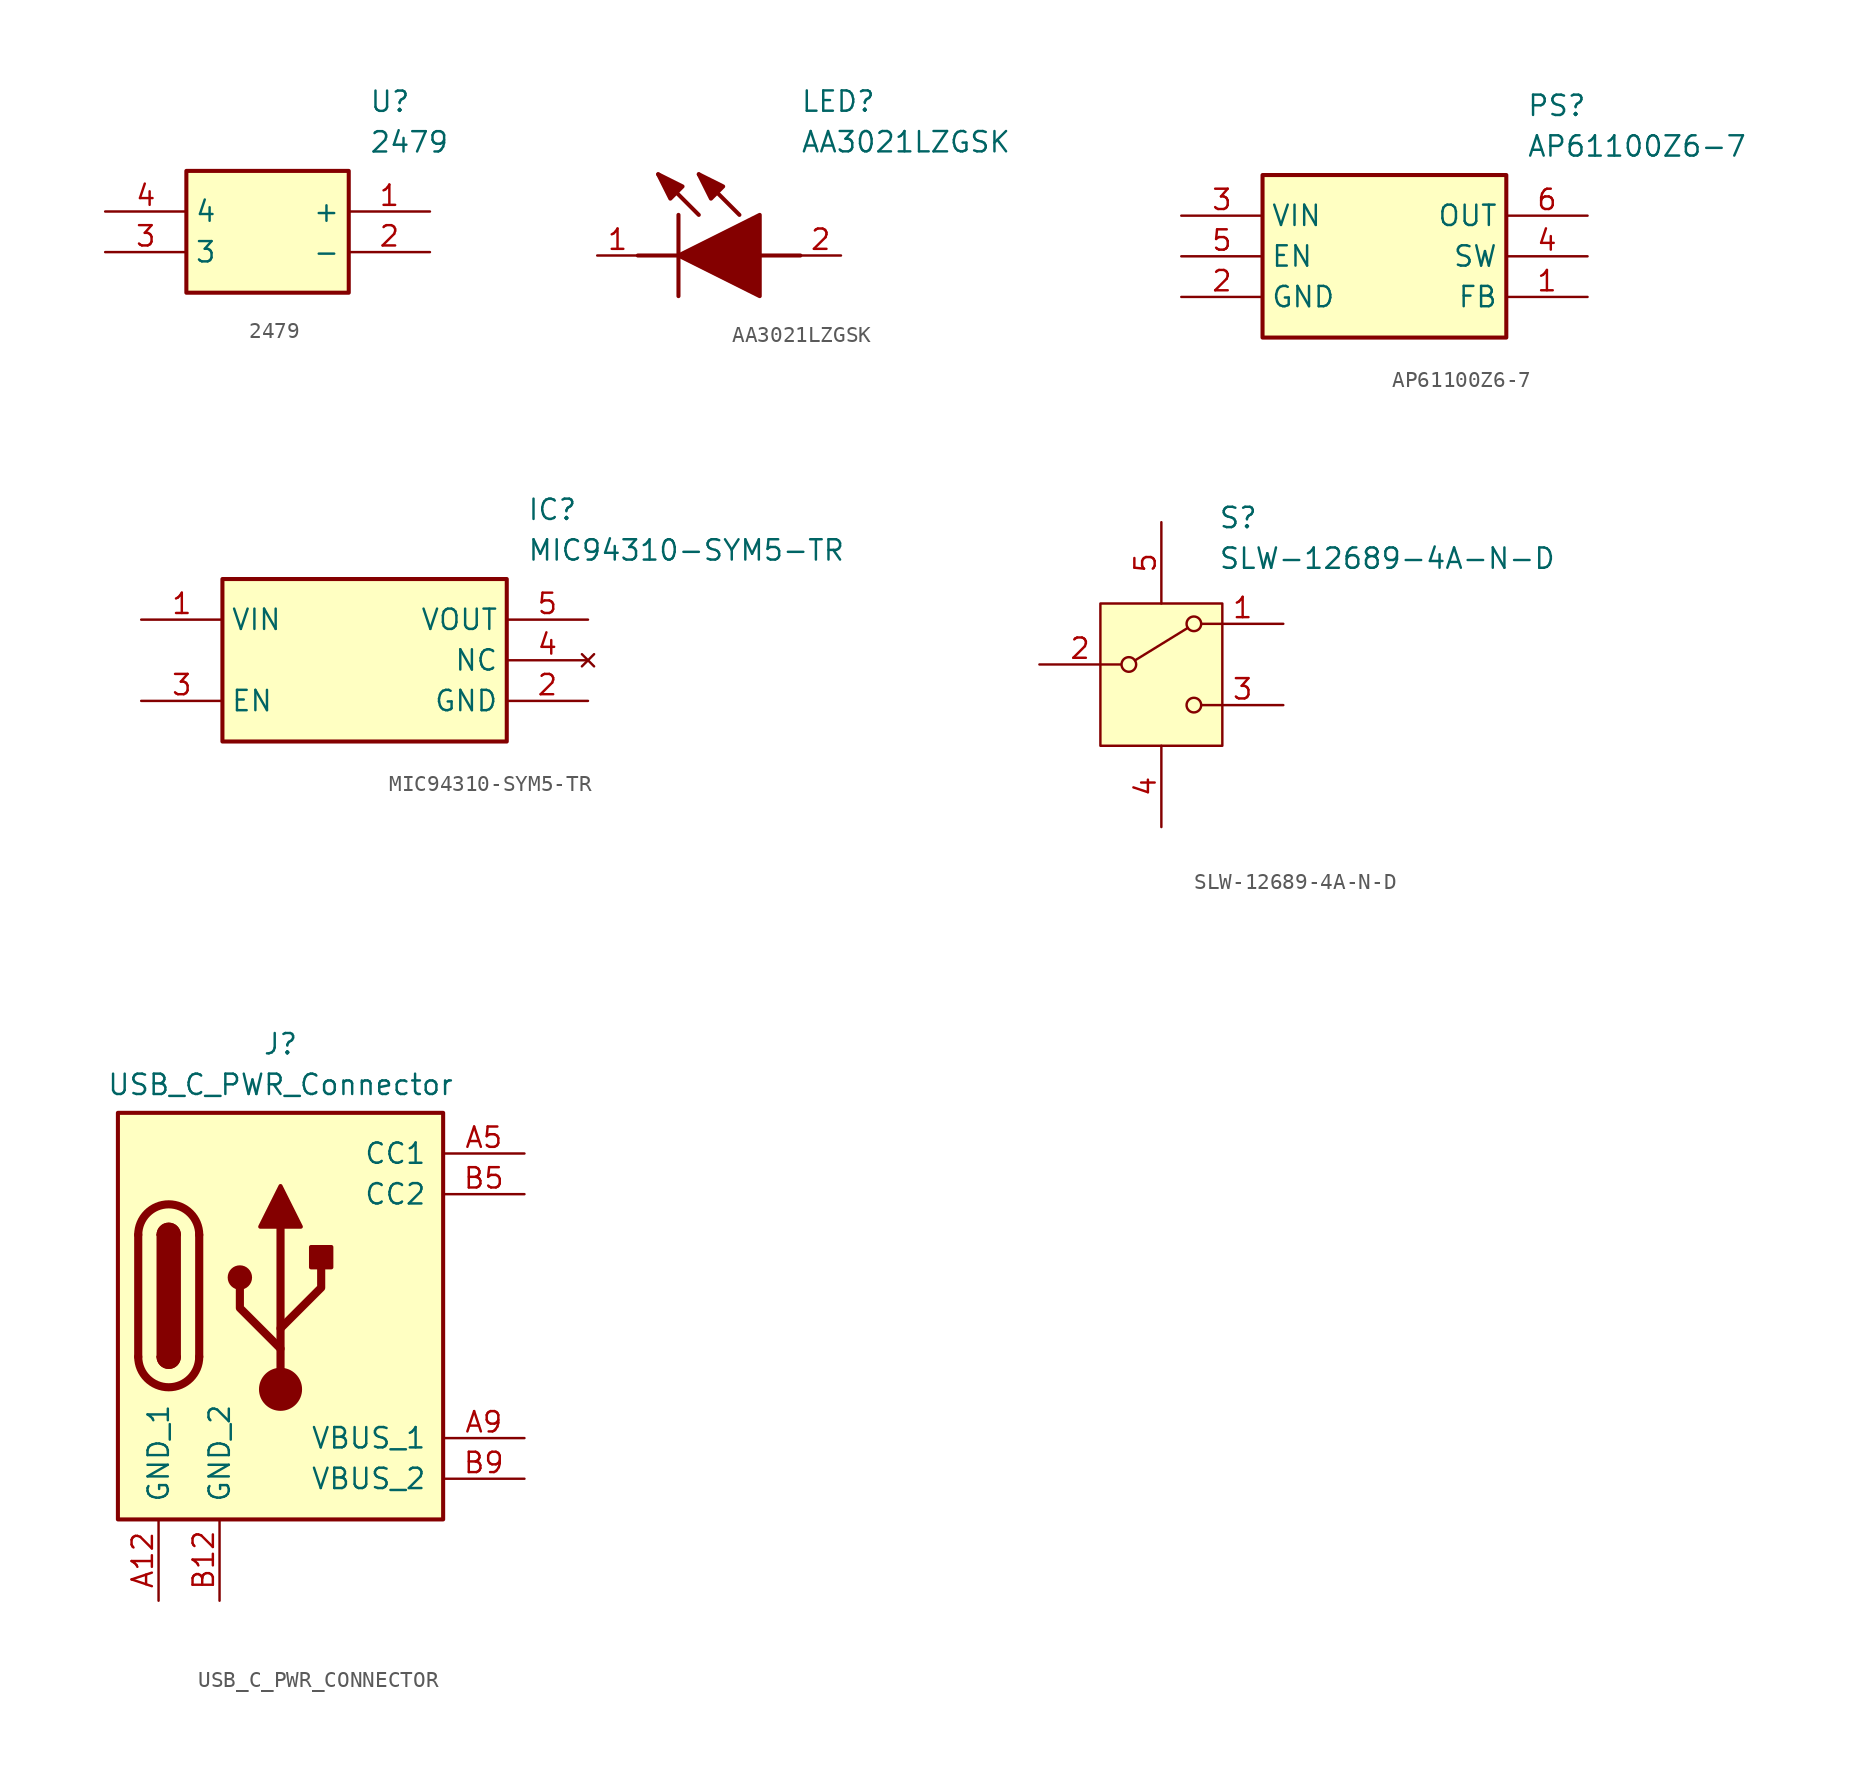
<source format=kicad_sym>
(kicad_symbol_lib
  (version 20241209)
  (generator "kicad_symbol_editor")
  (generator_version "9.0")
  (symbol "2479"
    (property "Reference" "U"
      (at 16.51 7.62 0)
      (effects (font (size 1.27 1.27)) (justify left top)))
    (property "Value" "2479"
      (at 16.51 5.08 0)
      (effects (font (size 1.27 1.27)) (justify left top)))
    (symbol "2479_1_1"
      (rectangle (start 5.08 2.54) (end 15.24 -5.08) (stroke (width 0.254) (type default)) (fill (type background)))
      (pin passive line (at 0 0 0) (length 5.08) (name "4" (effects (font (size 1.27 1.27)))) (number "4" (effects (font (size 1.27 1.27)))))
      (pin passive line (at 0 -2.54 0) (length 5.08) (name "3" (effects (font (size 1.27 1.27)))) (number "3" (effects (font (size 1.27 1.27)))))
      (pin passive line (at 20.32 0 180) (length 5.08) (name "+" (effects (font (size 1.27 1.27)))) (number "1" (effects (font (size 1.27 1.27)))))
      (pin passive line (at 20.32 -2.54 180) (length 5.08) (name "-" (effects (font (size 1.27 1.27)))) (number "2" (effects (font (size 1.27 1.27)))))))
  (symbol "AA3021LZGSK"
    (pin_names
      (hide yes))
    (property "Reference" "LED"
      (at 12.7 8.89 0)
      (effects (font (size 1.27 1.27)) (justify left bottom)))
    (property "Value" "AA3021LZGSK"
      (at 12.7 6.35 0)
      (effects (font (size 1.27 1.27)) (justify left bottom)))
    (symbol "AA3021LZGSK_1_1"
      (polyline (pts (xy 2.54 0) (xy 5.08 0)) (stroke (width 0.254) (type default)) (fill (type none)))
      (polyline (pts (xy 5.08 2.54) (xy 5.08 -2.54)) (stroke (width 0.254) (type default)) (fill (type none)))
      (polyline (pts (xy 5.08 0) (xy 10.16 2.54) (xy 10.16 -2.54) (xy 5.08 0)) (stroke (width 0.254) (type default)) (fill (type outline)))
      (polyline (pts (xy 5.334 4.318) (xy 4.572 3.556) (xy 3.81 5.08) (xy 5.334 4.318)) (stroke (width 0.254) (type default)) (fill (type outline)))
      (polyline (pts (xy 6.35 2.54) (xy 3.81 5.08)) (stroke (width 0.254) (type default)) (fill (type none)))
      (polyline (pts (xy 7.874 4.318) (xy 7.112 3.556) (xy 6.35 5.08) (xy 7.874 4.318)) (stroke (width 0.254) (type default)) (fill (type outline)))
      (polyline (pts (xy 8.89 2.54) (xy 6.35 5.08)) (stroke (width 0.254) (type default)) (fill (type none)))
      (polyline (pts (xy 10.16 0) (xy 12.7 0)) (stroke (width 0.254) (type default)) (fill (type none)))
      (pin passive line (at 0 0 0) (length 2.54) (name "K" (effects (font (size 1.27 1.27)))) (number "1" (effects (font (size 1.27 1.27)))))
      (pin passive line (at 15.24 0 180) (length 2.54) (name "A" (effects (font (size 1.27 1.27)))) (number "2" (effects (font (size 1.27 1.27)))))))
  (symbol "AP61100Z6-7"
    (property "Reference" "PS"
      (at 21.59 7.62 0)
      (effects (font (size 1.27 1.27)) (justify left top)))
    (property "Value" "AP61100Z6-7"
      (at 21.59 5.08 0)
      (effects (font (size 1.27 1.27)) (justify left top)))
    (symbol "AP61100Z6-7_1_1"
      (rectangle (start 5.08 2.54) (end 20.32 -7.62) (stroke (width 0.254) (type default)) (fill (type background)))
      (pin power_in line (at 0 0 0) (length 5.08) (name "VIN" (effects (font (size 1.27 1.27)))) (number "3" (effects (font (size 1.27 1.27)))))
      (pin input line (at 0 -2.54 0) (length 5.08) (name "EN" (effects (font (size 1.27 1.27)))) (number "5" (effects (font (size 1.27 1.27)))))
      (pin power_in line (at 0 -5.08 0) (length 5.08) (name "GND" (effects (font (size 1.27 1.27)))) (number "2" (effects (font (size 1.27 1.27)))))
      (pin power_in line (at 25.4 0 180) (length 5.08) (name "OUT" (effects (font (size 1.27 1.27)))) (number "6" (effects (font (size 1.27 1.27)))))
      (pin power_in line (at 25.4 -2.54 180) (length 5.08) (name "SW" (effects (font (size 1.27 1.27)))) (number "4" (effects (font (size 1.27 1.27)))))
      (pin input line (at 25.4 -5.08 180) (length 5.08) (name "FB" (effects (font (size 1.27 1.27)))) (number "1" (effects (font (size 1.27 1.27)))))))
  (symbol "MIC94310-SYM5-TR"
    (property "Reference" "IC"
      (at 24.13 7.62 0)
      (effects (font (size 1.27 1.27)) (justify left top)))
    (property "Value" "MIC94310-SYM5-TR"
      (at 24.13 5.08 0)
      (effects (font (size 1.27 1.27)) (justify left top)))
    (symbol "MIC94310-SYM5-TR_1_1"
      (rectangle (start 5.08 2.54) (end 22.86 -7.62) (stroke (width 0.254) (type default)) (fill (type background)))
      (pin passive line (at 0 0 0) (length 5.08) (name "VIN" (effects (font (size 1.27 1.27)))) (number "1" (effects (font (size 1.27 1.27)))))
      (pin passive line (at 0 -5.08 0) (length 5.08) (name "EN" (effects (font (size 1.27 1.27)))) (number "3" (effects (font (size 1.27 1.27)))))
      (pin passive line (at 27.94 0 180) (length 5.08) (name "VOUT" (effects (font (size 1.27 1.27)))) (number "5" (effects (font (size 1.27 1.27)))))
      (pin no_connect line (at 27.94 -2.54 180) (length 5.08) (name "NC" (effects (font (size 1.27 1.27)))) (number "4" (effects (font (size 1.27 1.27)))))
      (pin passive line (at 27.94 -5.08 180) (length 5.08) (name "GND" (effects (font (size 1.27 1.27)))) (number "2" (effects (font (size 1.27 1.27)))))))
  (symbol "SLW-12689-4A-N-D"
    (property "Reference" "S"
      (at 3.556 14.986 0)
      (effects (font (size 1.27 1.27)) (justify left top)))
    (property "Value" "SLW-12689-4A-N-D"
      (at 3.556 12.446 0)
      (effects (font (size 1.27 1.27)) (justify left top)))
    (symbol "SLW-12689-4A-N-D_0_1"
      (circle (center -2.032 5.08) (radius 0.457) (stroke (width 0) (type default)) (fill (type none)))
      (polyline (pts (xy -1.651 5.334) (xy 1.651 7.366)) (stroke (width 0) (type default)) (fill (type none)))
      (circle (center 2.032 7.62) (radius 0.457) (stroke (width 0) (type default)) (fill (type none)))
      (circle (center 2.032 2.54) (radius 0.457) (stroke (width 0) (type default)) (fill (type none))))
    (symbol "SLW-12689-4A-N-D_1_1"
      (rectangle (start -3.81 8.89) (end 3.81 0) (stroke (width 0) (type default)) (fill (type background)))
      (pin passive line (at -7.62 5.08 0) (length 5.08) (name "" (effects (font (size 1.27 1.27)))) (number "2" (effects (font (size 1.27 1.27)))))
      (pin passive line (at 0 13.97 270) (length 5.08) (name "" (effects (font (size 1.27 1.27)))) (number "5" (effects (font (size 1.27 1.27)))))
      (pin passive line (at 0 -5.08 90) (length 5.08) (name "" (effects (font (size 1.27 1.27)))) (number "4" (effects (font (size 1.27 1.27)))))
      (pin passive line (at 7.62 7.62 180) (length 5.08) (name "" (effects (font (size 1.27 1.27)))) (number "1" (effects (font (size 1.27 1.27)))))
      (pin passive line (at 7.62 2.54 180) (length 5.08) (name "" (effects (font (size 1.27 1.27)))) (number "3" (effects (font (size 1.27 1.27)))))))
  (symbol "USB_C_PWR_CONNECTOR"
    (pin_names
      (offset 1.016))
    (property "Reference" "J"
      (at 0 17.526 0)
      (effects (font (size 1.27 1.27)) (justify bottom)))
    (property "Value" "USB_C_PWR_Connector"
      (at 0 14.986 0)
      (effects (font (size 1.27 1.27)) (justify bottom)))
    (symbol "USB_C_PWR_CONNECTOR_0_1"
      (rectangle (start -10.16 13.97) (end 10.16 -11.43) (stroke (width 0.254) (type default)) (fill (type background)))
      (polyline (pts (xy -8.89 -1.27) (xy -8.89 6.35)) (stroke (width 0.508) (type default)) (fill (type none)))
      (rectangle (start -7.62 -1.27) (end -6.35 6.35) (stroke (width 0.254) (type default)) (fill (type outline)))
      (arc (start -7.62 6.35) (mid -6.985 6.9823) (end -6.35 6.35) (stroke (width 0.254) (type default)) (fill (type none)))
      (arc (start -7.62 6.35) (mid -6.985 6.9823) (end -6.35 6.35) (stroke (width 0.254) (type default)) (fill (type outline)))
      (arc (start -8.89 6.35) (mid -6.985 8.2467) (end -5.08 6.35) (stroke (width 0.508) (type default)) (fill (type none)))
      (arc (start -5.08 -1.27) (mid -6.985 -3.1667) (end -8.89 -1.27) (stroke (width 0.508) (type default)) (fill (type none)))
      (arc (start -6.35 -1.27) (mid -6.985 -1.9023) (end -7.62 -1.27) (stroke (width 0.254) (type default)) (fill (type none)))
      (arc (start -6.35 -1.27) (mid -6.985 -1.9023) (end -7.62 -1.27) (stroke (width 0.254) (type default)) (fill (type outline)))
      (polyline (pts (xy -5.08 6.35) (xy -5.08 -1.27)) (stroke (width 0.508) (type default)) (fill (type none)))
      (circle (center -2.54 3.683) (radius 0.635) (stroke (width 0.254) (type default)) (fill (type outline)))
      (polyline (pts (xy -1.27 6.858) (xy 0 9.398) (xy 1.27 6.858) (xy -1.27 6.858)) (stroke (width 0.254) (type default)) (fill (type outline)))
      (polyline (pts (xy 0 0.508) (xy 2.54 3.048) (xy 2.54 4.318)) (stroke (width 0.508) (type default)) (fill (type none)))
      (polyline (pts (xy 0 -0.762) (xy -2.54 1.778) (xy -2.54 3.048)) (stroke (width 0.508) (type default)) (fill (type none)))
      (polyline (pts (xy 0 -3.302) (xy 0 6.858)) (stroke (width 0.508) (type default)) (fill (type none)))
      (circle (center 0 -3.302) (radius 1.27) (stroke (width 0) (type default)) (fill (type outline)))
      (rectangle (start 1.905 4.318) (end 3.175 5.588) (stroke (width 0.254) (type default)) (fill (type outline))))
    (symbol "USB_C_PWR_CONNECTOR_1_1"
      (pin passive line (at -7.62 -16.51 90) (length 5.08) (name "GND_1" (effects (font (size 1.27 1.27)))) (number "A12" (effects (font (size 1.27 1.27)))))
      (pin passive line (at -3.81 -16.51 90) (length 5.08) (name "GND_2" (effects (font (size 1.27 1.27)))) (number "B12" (effects (font (size 1.27 1.27)))))
      (pin bidirectional line (at 15.24 11.43 180) (length 5.08) (name "CC1" (effects (font (size 1.27 1.27)))) (number "A5" (effects (font (size 1.27 1.27)))))
      (pin bidirectional line (at 15.24 8.89 180) (length 5.08) (name "CC2" (effects (font (size 1.27 1.27)))) (number "B5" (effects (font (size 1.27 1.27)))))
      (pin passive line (at 15.24 -6.35 180) (length 5.08) (name "VBUS_1" (effects (font (size 1.27 1.27)))) (number "A9" (effects (font (size 1.27 1.27)))))
      (pin passive line (at 15.24 -8.89 180) (length 5.08) (name "VBUS_2" (effects (font (size 1.27 1.27)))) (number "B9" (effects (font (size 1.27 1.27))))))))
</source>
